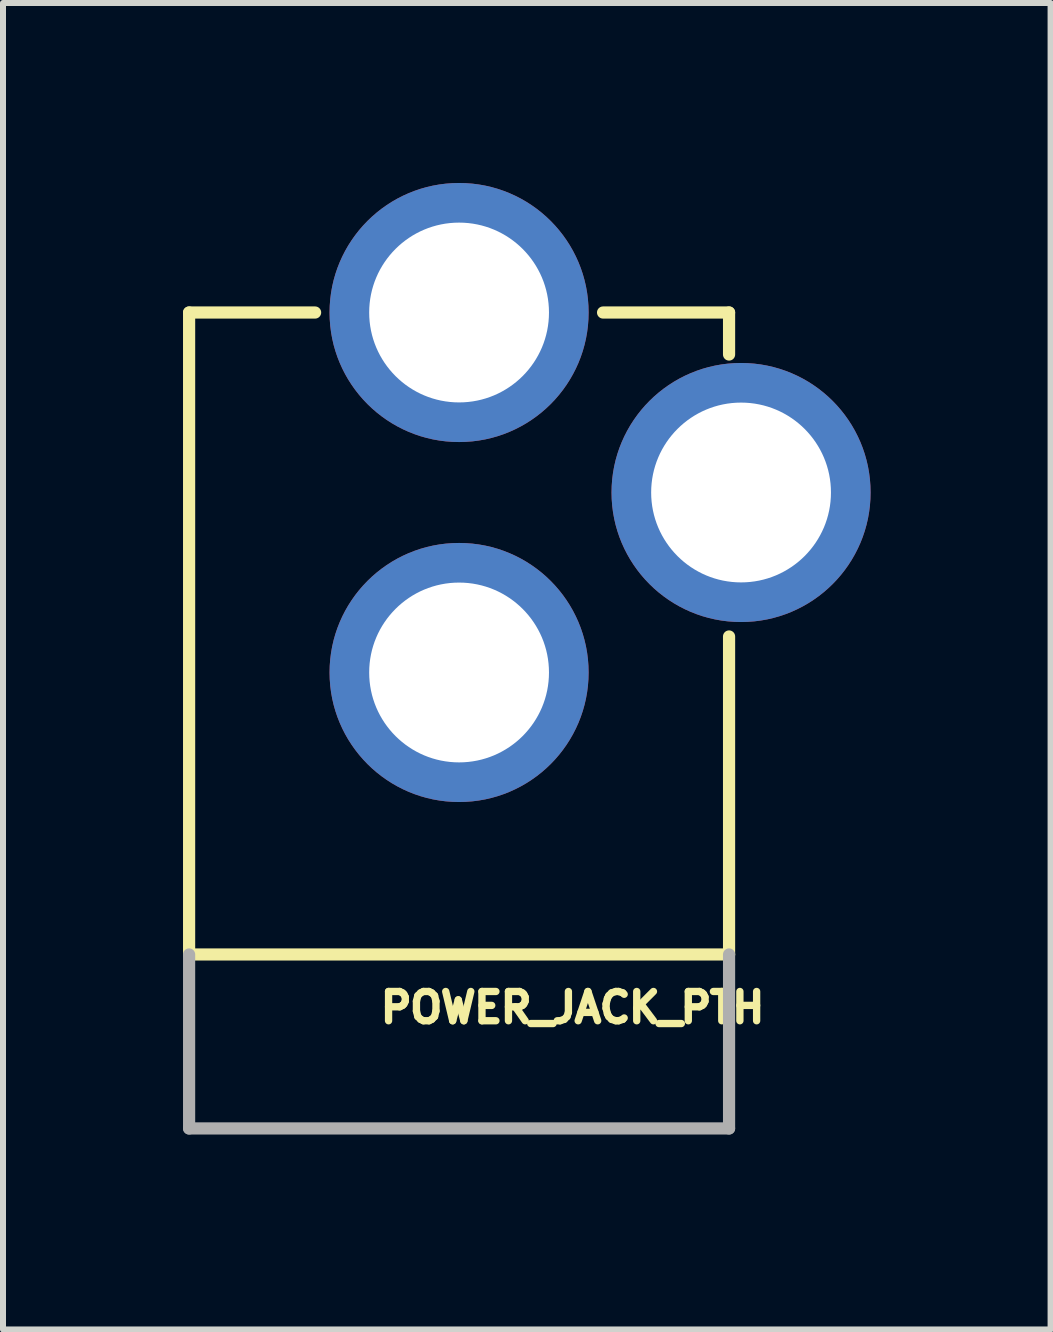
<source format=kicad_pcb>
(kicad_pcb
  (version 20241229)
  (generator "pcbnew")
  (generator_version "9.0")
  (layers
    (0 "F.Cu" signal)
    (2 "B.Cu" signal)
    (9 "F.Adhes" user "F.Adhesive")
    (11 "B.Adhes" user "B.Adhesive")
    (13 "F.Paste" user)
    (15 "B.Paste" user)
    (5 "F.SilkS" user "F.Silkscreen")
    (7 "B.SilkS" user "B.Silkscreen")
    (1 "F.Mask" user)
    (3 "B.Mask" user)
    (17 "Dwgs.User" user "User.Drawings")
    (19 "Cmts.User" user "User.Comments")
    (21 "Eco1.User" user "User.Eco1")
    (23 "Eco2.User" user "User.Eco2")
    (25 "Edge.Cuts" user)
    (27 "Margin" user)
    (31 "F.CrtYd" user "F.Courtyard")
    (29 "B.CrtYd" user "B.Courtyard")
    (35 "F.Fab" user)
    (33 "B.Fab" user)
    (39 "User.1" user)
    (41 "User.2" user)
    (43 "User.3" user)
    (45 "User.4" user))
  (footprint "POWER_JACK_PTH"
    (layer "F.Cu")
    (at 4.602 15.859)
    (property "Reference" "POWER_JACK_PTH" (at -1.372 -1.829 0) (layer "F.SilkS") (effects (font (size 0.488 0.488) (thickness 0.122)) (justify left bottom)))
    (fp_line (start -4.5 -13.7) (end -2.4 -13.7) (stroke (width 0.203) (type solid)) (layer "F.SilkS"))
    (fp_line (start -4.5 -3) (end -4.5 -13.7) (stroke (width 0.203) (type solid)) (layer "F.SilkS"))
    (fp_line (start -4.5 -3) (end 4.5 -3) (stroke (width 0.203) (type solid)) (layer "F.SilkS"))
    (fp_line (start 4.5 -13.7) (end 2.4 -13.7) (stroke (width 0.203) (type solid)) (layer "F.SilkS"))
    (fp_line (start 4.5 -13.7) (end 4.5 -13) (stroke (width 0.203) (type solid)) (layer "F.SilkS"))
    (fp_line (start 4.5 -3) (end 4.5 -8.3) (stroke (width 0.203) (type solid)) (layer "F.SilkS"))
    (fp_line (start -4.5 -3) (end -4.5 -0.1) (stroke (width 0.203) (type solid)) (layer "F.Fab"))
    (fp_line (start 4.5 -0.1) (end -4.5 -0.1) (stroke (width 0.203) (type solid)) (layer "F.Fab"))
    (fp_line (start 4.5 -0.1) (end 4.5 -3) (stroke (width 0.203) (type solid)) (layer "F.Fab"))
    (pad "GND" thru_hole circle (at 0 -7.7) (size 4.318 4.318) (drill 2.997) (layers "*.Cu" "*.Mask"))
    (pad "GNDBREAK" thru_hole circle (at 4.7 -10.7 90) (size 4.318 4.318) (drill 2.997) (layers "*.Cu" "*.Mask"))
    (pad "PWR" thru_hole circle (at 0 -13.7) (size 4.318 4.318) (drill 2.997) (layers "*.Cu" "*.Mask")))
  (gr_rect
    (start -3 -3)
    (end 14.461 19.109)
    (stroke (width 0.1) (type default))
    (fill no)
    (layer "Edge.Cuts")))
</source>
